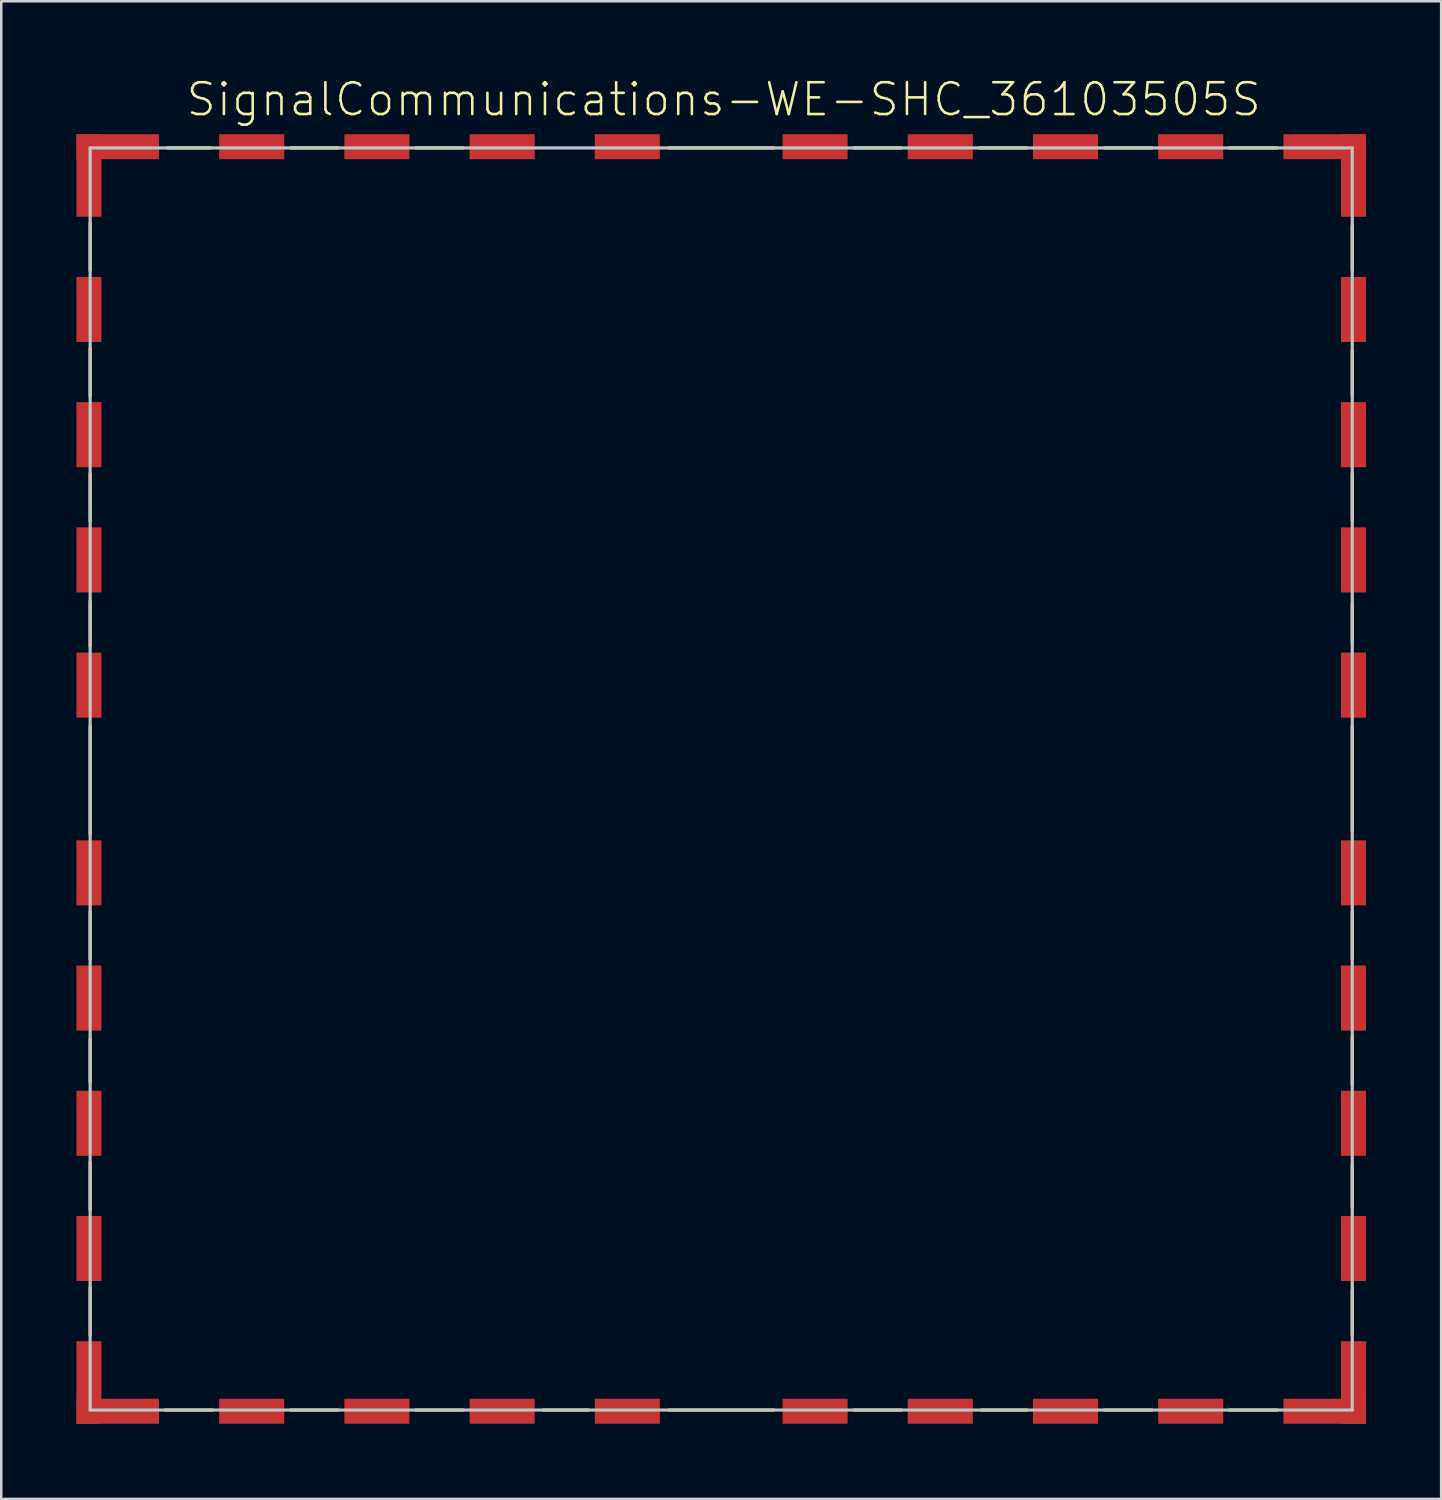
<source format=kicad_pcb>
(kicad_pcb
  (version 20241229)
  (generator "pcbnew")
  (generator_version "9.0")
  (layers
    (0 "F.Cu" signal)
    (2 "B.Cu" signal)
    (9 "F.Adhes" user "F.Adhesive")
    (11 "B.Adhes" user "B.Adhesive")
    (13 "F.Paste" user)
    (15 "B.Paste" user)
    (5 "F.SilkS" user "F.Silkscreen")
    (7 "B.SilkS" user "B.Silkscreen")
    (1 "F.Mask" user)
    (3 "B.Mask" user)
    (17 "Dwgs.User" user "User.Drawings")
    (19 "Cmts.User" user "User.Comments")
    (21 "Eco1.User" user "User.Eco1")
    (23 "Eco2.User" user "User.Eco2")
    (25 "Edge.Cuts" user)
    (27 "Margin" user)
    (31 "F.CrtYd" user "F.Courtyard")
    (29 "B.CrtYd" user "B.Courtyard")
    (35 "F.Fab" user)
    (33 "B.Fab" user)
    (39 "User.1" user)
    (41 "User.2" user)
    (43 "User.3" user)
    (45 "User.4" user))
  (footprint "SignalCommunications-WE-SHC_36103505S"
    (layer "F.Cu")
    (at 25.749 28.056)
    (property "Reference" "SignalCommunications-WE-SHC_36103505S" (at 0.099 -27.135 0) (layer "F.SilkS") (effects (font (size 1.27 1.27) (thickness 0.102))))
    (attr smd)
    (fp_line (start -25.199 -20.3) (end -25.199 -22.2) (stroke (width 0.127) (type solid)) (layer "F.SilkS"))
    (fp_line (start -25.199 -15.298) (end -25.199 -17.198) (stroke (width 0.127) (type solid)) (layer "F.SilkS"))
    (fp_line (start -25.199 -10.3) (end -25.199 -12.2) (stroke (width 0.127) (type solid)) (layer "F.SilkS"))
    (fp_line (start -25.199 -5.298) (end -25.199 -7.099) (stroke (width 0.127) (type solid)) (layer "F.SilkS"))
    (fp_line (start -25.199 2.2) (end -25.199 -2.098) (stroke (width 0.127) (type solid)) (layer "F.SilkS"))
    (fp_line (start -25.199 7.198) (end -25.199 5.298) (stroke (width 0.127) (type solid)) (layer "F.SilkS"))
    (fp_line (start -25.199 12.098) (end -25.199 10.399) (stroke (width 0.127) (type solid)) (layer "F.SilkS"))
    (fp_line (start -25.199 17.198) (end -25.199 15.298) (stroke (width 0.127) (type solid)) (layer "F.SilkS"))
    (fp_line (start -25.199 22.2) (end -25.199 20.3) (stroke (width 0.127) (type solid)) (layer "F.SilkS"))
    (fp_line (start -22.2 25.199) (end -20.3 25.199) (stroke (width 0.127) (type solid)) (layer "F.SilkS"))
    (fp_line (start -22.098 -25.199) (end -20.399 -25.199) (stroke (width 0.127) (type solid)) (layer "F.SilkS"))
    (fp_line (start -17.198 -25.199) (end -15.298 -25.199) (stroke (width 0.127) (type solid)) (layer "F.SilkS"))
    (fp_line (start -17.198 25.199) (end -15.298 25.199) (stroke (width 0.127) (type solid)) (layer "F.SilkS"))
    (fp_line (start -12.2 -25.199) (end -10.3 -25.199) (stroke (width 0.127) (type solid)) (layer "F.SilkS"))
    (fp_line (start -12.2 25.199) (end -10.3 25.199) (stroke (width 0.127) (type solid)) (layer "F.SilkS"))
    (fp_line (start -7.099 25.199) (end -5.298 25.199) (stroke (width 0.127) (type solid)) (layer "F.SilkS"))
    (fp_line (start -2.098 -25.199) (end 2.098 -25.199) (stroke (width 0.127) (type solid)) (layer "F.SilkS"))
    (fp_line (start -2.098 25.199) (end 2.098 25.199) (stroke (width 0.127) (type solid)) (layer "F.SilkS"))
    (fp_line (start 5.298 -25.199) (end 7.198 -25.199) (stroke (width 0.127) (type solid)) (layer "F.SilkS"))
    (fp_line (start 5.298 25.199) (end 7.198 25.199) (stroke (width 0.127) (type solid)) (layer "F.SilkS"))
    (fp_line (start 10.3 -25.199) (end 12.2 -25.199) (stroke (width 0.127) (type solid)) (layer "F.SilkS"))
    (fp_line (start 10.399 25.199) (end 12.2 25.199) (stroke (width 0.127) (type solid)) (layer "F.SilkS"))
    (fp_line (start 15.298 -25.199) (end 17.198 -25.199) (stroke (width 0.127) (type solid)) (layer "F.SilkS"))
    (fp_line (start 15.298 25.199) (end 17.198 25.199) (stroke (width 0.127) (type solid)) (layer "F.SilkS"))
    (fp_line (start 20.3 -25.199) (end 22.2 -25.199) (stroke (width 0.127) (type solid)) (layer "F.SilkS"))
    (fp_line (start 20.3 25.199) (end 22.2 25.199) (stroke (width 0.127) (type solid)) (layer "F.SilkS"))
    (fp_line (start 25.199 -22.098) (end 25.199 -20.3) (stroke (width 0.127) (type solid)) (layer "F.SilkS"))
    (fp_line (start 25.199 -17.099) (end 25.199 -15.298) (stroke (width 0.127) (type solid)) (layer "F.SilkS"))
    (fp_line (start 25.199 -12.2) (end 25.199 -10.3) (stroke (width 0.127) (type solid)) (layer "F.SilkS"))
    (fp_line (start 25.199 -6.998) (end 25.199 -5.397) (stroke (width 0.127) (type solid)) (layer "F.SilkS"))
    (fp_line (start 25.199 -2.098) (end 25.199 2.098) (stroke (width 0.127) (type solid)) (layer "F.SilkS"))
    (fp_line (start 25.199 5.298) (end 25.199 7.198) (stroke (width 0.127) (type solid)) (layer "F.SilkS"))
    (fp_line (start 25.199 10.3) (end 25.199 12.2) (stroke (width 0.127) (type solid)) (layer "F.SilkS"))
    (fp_line (start 25.199 15.397) (end 25.199 17.099) (stroke (width 0.127) (type solid)) (layer "F.SilkS"))
    (fp_line (start 25.199 20.399) (end 25.199 22.2) (stroke (width 0.127) (type solid)) (layer "F.SilkS"))
    (fp_line (start -25.199 -25.199) (end 25.199 -25.199) (stroke (width 0.127) (type solid)) (layer "Dwgs.User"))
    (fp_line (start -25.199 25.199) (end -25.199 -25.199) (stroke (width 0.127) (type solid)) (layer "Dwgs.User"))
    (fp_line (start 25.199 -25.199) (end 25.199 25.199) (stroke (width 0.127) (type solid)) (layer "Dwgs.User"))
    (fp_line (start 25.199 25.199) (end -25.199 25.199) (stroke (width 0.127) (type solid)) (layer "Dwgs.User"))
    (pad "1" smd rect (at -3.749 -25.248) (size 2.598 0.998) (layers "F.Cu" "F.Mask" "F.Paste"))
    (pad "2" smd rect (at 3.749 -25.248) (size 2.598 0.998) (layers "F.Cu" "F.Mask" "F.Paste"))
    (pad "3" smd rect (at 8.748 -25.248) (size 2.598 0.998) (layers "F.Cu" "F.Mask" "F.Paste"))
    (pad "4" smd rect (at 13.749 -25.248) (size 2.598 0.998) (layers "F.Cu" "F.Mask" "F.Paste"))
    (pad "5" smd rect (at 18.748 -25.248) (size 2.598 0.998) (layers "F.Cu" "F.Mask" "F.Paste"))
    (pad "6" smd rect (at 24.1 -25.248) (size 3.299 0.998) (layers "F.Cu" "F.Mask" "F.Paste"))
    (pad "7" smd rect (at 25.248 -24.1 90) (size 3.299 0.998) (layers "F.Cu" "F.Mask" "F.Paste"))
    (pad "8" smd rect (at 25.248 -18.748 90) (size 2.598 0.998) (layers "F.Cu" "F.Mask" "F.Paste"))
    (pad "9" smd rect (at 25.248 -13.749 90) (size 2.598 0.998) (layers "F.Cu" "F.Mask" "F.Paste"))
    (pad "10" smd rect (at 25.248 -8.748 90) (size 2.598 0.998) (layers "F.Cu" "F.Mask" "F.Paste"))
    (pad "11" smd rect (at 25.248 -3.749 90) (size 2.598 0.998) (layers "F.Cu" "F.Mask" "F.Paste"))
    (pad "12" smd rect (at 25.248 3.749 90) (size 2.598 0.998) (layers "F.Cu" "F.Mask" "F.Paste"))
    (pad "13" smd rect (at 25.248 8.748 90) (size 2.598 0.998) (layers "F.Cu" "F.Mask" "F.Paste"))
    (pad "14" smd rect (at 25.248 13.749 90) (size 2.598 0.998) (layers "F.Cu" "F.Mask" "F.Paste"))
    (pad "15" smd rect (at 25.248 18.748 90) (size 2.598 0.998) (layers "F.Cu" "F.Mask" "F.Paste"))
    (pad "16" smd rect (at 25.248 24.1 90) (size 3.299 0.998) (layers "F.Cu" "F.Mask" "F.Paste"))
    (pad "17" smd rect (at 24.1 25.248) (size 3.299 0.998) (layers "F.Cu" "F.Mask" "F.Paste"))
    (pad "18" smd rect (at 18.748 25.248 180) (size 2.598 0.998) (layers "F.Cu" "F.Mask" "F.Paste"))
    (pad "19" smd rect (at 13.749 25.248 180) (size 2.598 0.998) (layers "F.Cu" "F.Mask" "F.Paste"))
    (pad "20" smd rect (at 8.748 25.248 180) (size 2.598 0.998) (layers "F.Cu" "F.Mask" "F.Paste"))
    (pad "21" smd rect (at 3.749 25.248 180) (size 2.598 0.998) (layers "F.Cu" "F.Mask" "F.Paste"))
    (pad "22" smd rect (at -3.749 25.248 180) (size 2.598 0.998) (layers "F.Cu" "F.Mask" "F.Paste"))
    (pad "23" smd rect (at -8.748 25.248 180) (size 2.598 0.998) (layers "F.Cu" "F.Mask" "F.Paste"))
    (pad "24" smd rect (at -13.749 25.248 180) (size 2.598 0.998) (layers "F.Cu" "F.Mask" "F.Paste"))
    (pad "25" smd rect (at -18.748 25.248 180) (size 2.598 0.998) (layers "F.Cu" "F.Mask" "F.Paste"))
    (pad "26" smd rect (at -24.1 25.248 180) (size 3.299 0.998) (layers "F.Cu" "F.Mask" "F.Paste"))
    (pad "27" smd rect (at -25.248 24.1 90) (size 3.299 0.998) (layers "F.Cu" "F.Mask" "F.Paste"))
    (pad "28" smd rect (at -25.248 18.748 90) (size 2.598 0.998) (layers "F.Cu" "F.Mask" "F.Paste"))
    (pad "29" smd rect (at -25.248 13.749 90) (size 2.598 0.998) (layers "F.Cu" "F.Mask" "F.Paste"))
    (pad "30" smd rect (at -25.248 8.748 90) (size 2.598 0.998) (layers "F.Cu" "F.Mask" "F.Paste"))
    (pad "31" smd rect (at -25.248 3.749 90) (size 2.598 0.998) (layers "F.Cu" "F.Mask" "F.Paste"))
    (pad "32" smd rect (at -25.248 -3.749 90) (size 2.598 0.998) (layers "F.Cu" "F.Mask" "F.Paste"))
    (pad "33" smd rect (at -25.248 -8.748 90) (size 2.598 0.998) (layers "F.Cu" "F.Mask" "F.Paste"))
    (pad "34" smd rect (at -25.248 -13.749 90) (size 2.598 0.998) (layers "F.Cu" "F.Mask" "F.Paste"))
    (pad "35" smd rect (at -25.248 -18.748 90) (size 2.598 0.998) (layers "F.Cu" "F.Mask" "F.Paste"))
    (pad "36" smd rect (at -25.248 -24.1 90) (size 3.299 0.998) (layers "F.Cu" "F.Mask" "F.Paste"))
    (pad "37" smd rect (at -24.1 -25.248) (size 3.299 0.998) (layers "F.Cu" "F.Mask" "F.Paste"))
    (pad "38" smd rect (at -8.748 -25.248) (size 2.598 0.998) (layers "F.Cu" "F.Mask" "F.Paste"))
    (pad "39" smd rect (at -13.749 -25.248) (size 2.598 0.998) (layers "F.Cu" "F.Mask" "F.Paste"))
    (pad "40" smd rect (at -18.748 -25.248) (size 2.598 0.998) (layers "F.Cu" "F.Mask" "F.Paste")))
  (gr_rect
    (start -3 -3)
    (end 54.498 56.805)
    (stroke (width 0.1) (type default))
    (fill no)
    (layer "Edge.Cuts")))
</source>
